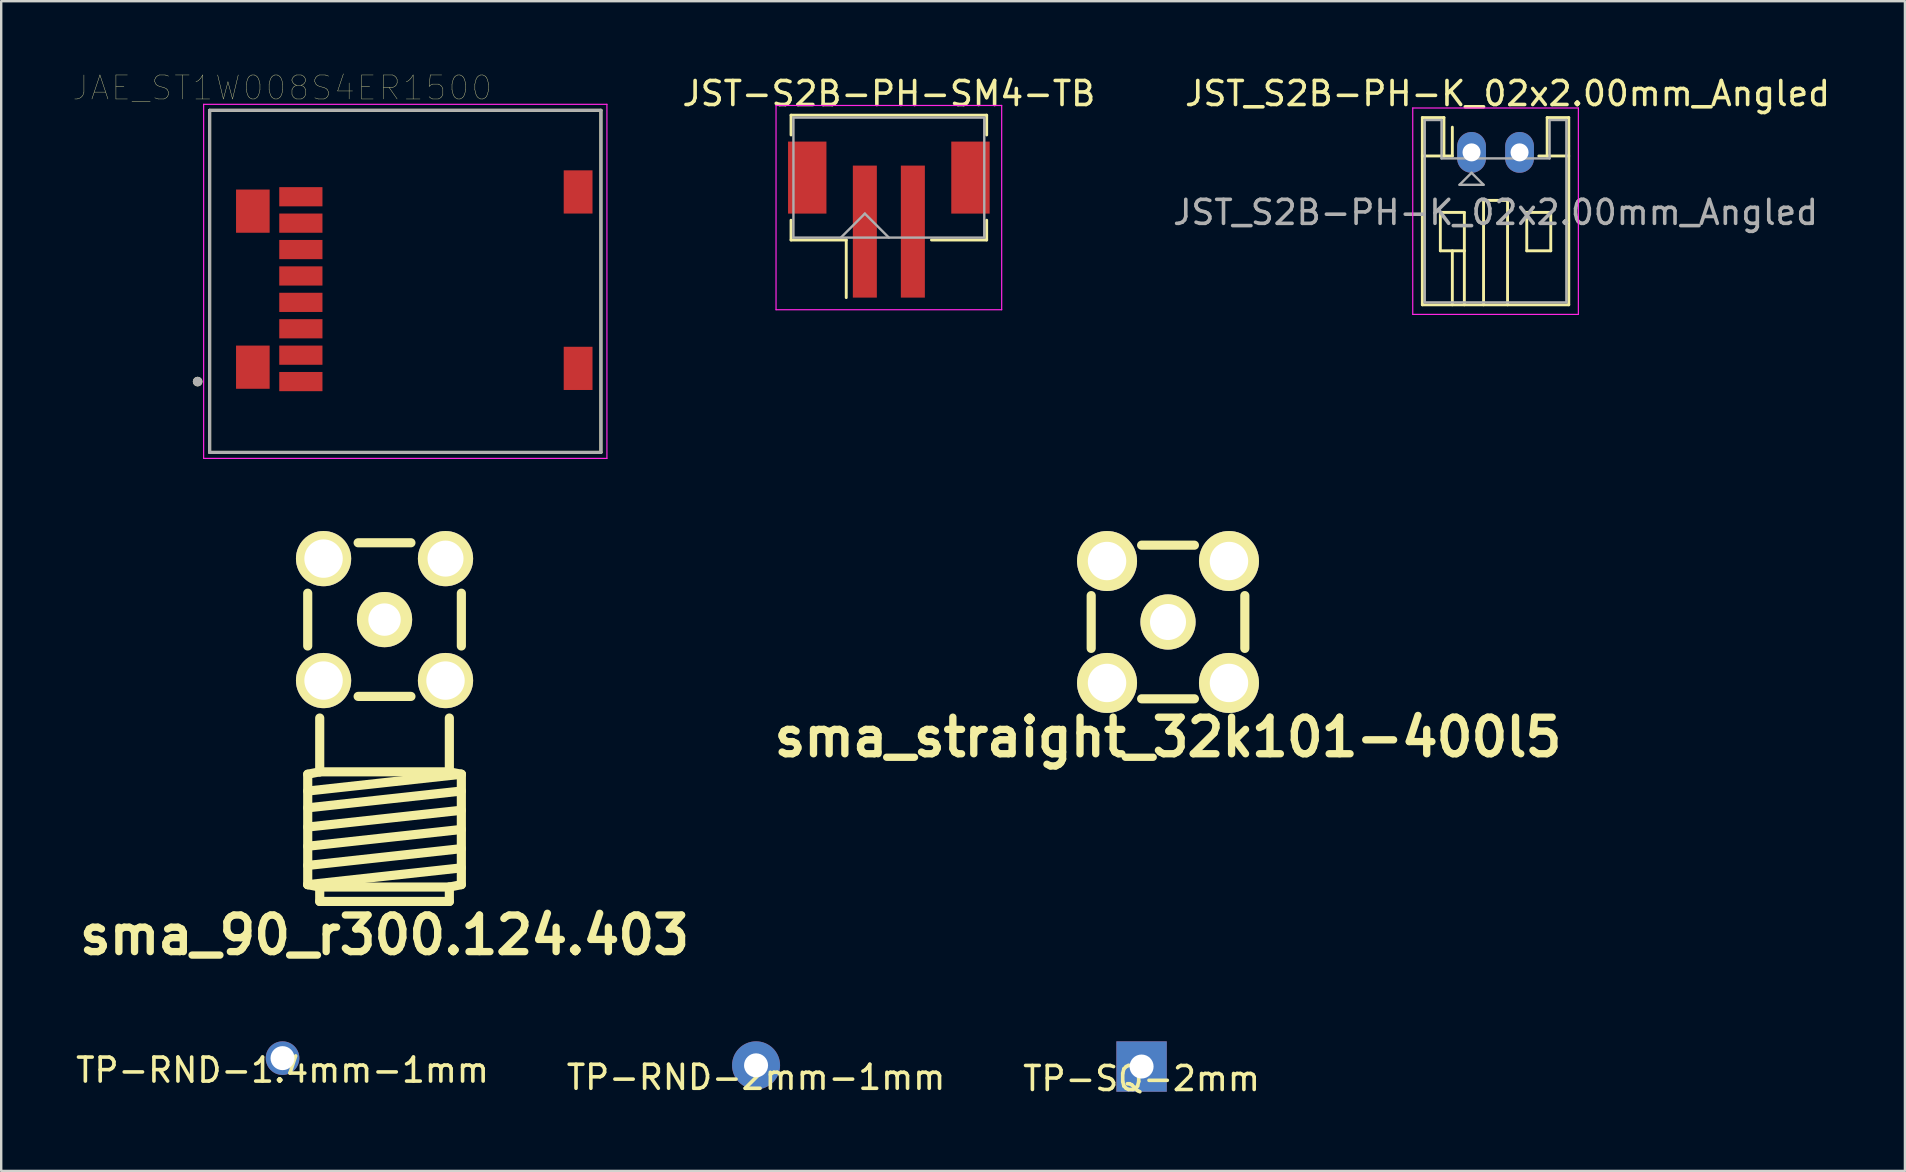
<source format=kicad_pcb>
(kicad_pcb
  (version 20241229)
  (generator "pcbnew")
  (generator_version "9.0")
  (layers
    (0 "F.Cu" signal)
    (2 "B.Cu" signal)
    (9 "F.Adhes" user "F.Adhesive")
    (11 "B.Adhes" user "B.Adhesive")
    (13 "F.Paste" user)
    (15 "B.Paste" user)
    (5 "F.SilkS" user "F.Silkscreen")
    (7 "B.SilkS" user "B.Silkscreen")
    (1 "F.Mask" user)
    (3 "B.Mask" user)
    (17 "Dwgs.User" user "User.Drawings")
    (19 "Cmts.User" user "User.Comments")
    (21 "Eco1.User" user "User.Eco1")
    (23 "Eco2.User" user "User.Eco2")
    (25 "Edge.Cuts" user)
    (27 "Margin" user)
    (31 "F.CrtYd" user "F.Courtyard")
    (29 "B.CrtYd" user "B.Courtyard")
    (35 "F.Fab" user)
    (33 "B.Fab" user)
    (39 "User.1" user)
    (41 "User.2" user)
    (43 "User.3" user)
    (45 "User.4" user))
  (footprint "TP-RND-2mm-1mm"
    (layer "F.Cu")
    (at 28.446 41.33)
    (property "Reference" "TP-RND-2mm-1mm" (at 0 0.5 0) (layer "F.SilkS") (effects (font (size 1 1) (thickness 0.15))))
    (attr through_hole)
    (pad "1" thru_hole circle (at 0 0) (size 2 2) (drill 1) (layers "*.Cu" "*.Mask")))
  (footprint "sma_straight_32k101-400l5"
    (layer "F.Cu")
    (at 45.607 22.861)
    (property "Reference" "sma_straight_32k101-400l5" (at 0 4.8 0) (layer "F.SilkS") (effects (font (size 1.524 1.524) (thickness 0.305))))
    (attr through_hole)
    (fp_line (start -3.2 -1.1) (end -3.2 1.1) (stroke (width 0.381) (type solid)) (layer "F.SilkS"))
    (fp_line (start -1.1 -3.2) (end 1.1 -3.2) (stroke (width 0.381) (type solid)) (layer "F.SilkS"))
    (fp_line (start 1.1 3.2) (end -1.1 3.2) (stroke (width 0.381) (type solid)) (layer "F.SilkS"))
    (fp_line (start 3.2 -1.1) (end 3.2 1.1) (stroke (width 0.381) (type solid)) (layer "F.SilkS"))
    (pad "1" thru_hole circle (at 0 0) (size 2.3 2.3) (drill 1.5) (layers "*.Cu" "*.Mask" "F.SilkS"))
    (pad "2" thru_hole circle (at -2.54 -2.54) (size 2.5 2.5) (drill 1.6) (layers "*.Cu" "*.Mask" "F.SilkS"))
    (pad "2" thru_hole circle (at -2.54 2.54) (size 2.5 2.5) (drill 1.6) (layers "*.Cu" "*.Mask" "F.SilkS"))
    (pad "2" thru_hole circle (at 2.54 -2.54) (size 2.5 2.5) (drill 1.6) (layers "*.Cu" "*.Mask" "F.SilkS"))
    (pad "2" thru_hole circle (at 2.54 2.54) (size 2.5 2.5) (drill 1.6) (layers "*.Cu" "*.Mask" "F.SilkS")))
  (footprint "JST_S2B-PH-K_02x2.00mm_Angled"
    (layer "F.Cu")
    (at 58.252 3.298)
    (property "Reference" "JST_S2B-PH-K_02x2.00mm_Angled" (at 1.5 -2.45 0) (layer "F.SilkS") (effects (font (size 1 1) (thickness 0.15))))
    (attr through_hole)
    (fp_line (start -2.05 -1.45) (end -2.05 6.35) (stroke (width 0.12) (type solid)) (layer "F.SilkS"))
    (fp_line (start -2.05 0.15) (end -1.15 0.15) (stroke (width 0.12) (type solid)) (layer "F.SilkS"))
    (fp_line (start -2.05 6.35) (end 4.05 6.35) (stroke (width 0.12) (type solid)) (layer "F.SilkS"))
    (fp_line (start -1.3 2.5) (end -1.3 4.1) (stroke (width 0.12) (type solid)) (layer "F.SilkS"))
    (fp_line (start -1.3 4.1) (end -0.3 4.1) (stroke (width 0.12) (type solid)) (layer "F.SilkS"))
    (fp_line (start -1.15 -1.45) (end -2.05 -1.45) (stroke (width 0.12) (type solid)) (layer "F.SilkS"))
    (fp_line (start -1.15 0.15) (end -1.15 -1.45) (stroke (width 0.12) (type solid)) (layer "F.SilkS"))
    (fp_line (start -0.8 0.15) (end -1.15 0.15) (stroke (width 0.12) (type solid)) (layer "F.SilkS"))
    (fp_line (start -0.8 0.15) (end -0.8 -1.05) (stroke (width 0.12) (type solid)) (layer "F.SilkS"))
    (fp_line (start -0.8 4.1) (end -0.8 6.35) (stroke (width 0.12) (type solid)) (layer "F.SilkS"))
    (fp_line (start -0.3 2.5) (end -1.3 2.5) (stroke (width 0.12) (type solid)) (layer "F.SilkS"))
    (fp_line (start -0.3 4.1) (end -0.3 2.5) (stroke (width 0.12) (type solid)) (layer "F.SilkS"))
    (fp_line (start -0.3 4.1) (end -0.3 6.35) (stroke (width 0.12) (type solid)) (layer "F.SilkS"))
    (fp_line (start 0.5 2) (end 1.5 2) (stroke (width 0.12) (type solid)) (layer "F.SilkS"))
    (fp_line (start 0.5 6.35) (end 0.5 2) (stroke (width 0.12) (type solid)) (layer "F.SilkS"))
    (fp_line (start 1.5 2) (end 1.5 6.35) (stroke (width 0.12) (type solid)) (layer "F.SilkS"))
    (fp_line (start 2.3 2.5) (end 3.3 2.5) (stroke (width 0.12) (type solid)) (layer "F.SilkS"))
    (fp_line (start 2.3 4.1) (end 2.3 2.5) (stroke (width 0.12) (type solid)) (layer "F.SilkS"))
    (fp_line (start 3.15 -1.45) (end 3.15 0.15) (stroke (width 0.12) (type solid)) (layer "F.SilkS"))
    (fp_line (start 3.15 0.15) (end 2.8 0.15) (stroke (width 0.12) (type solid)) (layer "F.SilkS"))
    (fp_line (start 3.3 2.5) (end 3.3 4.1) (stroke (width 0.12) (type solid)) (layer "F.SilkS"))
    (fp_line (start 3.3 4.1) (end 2.3 4.1) (stroke (width 0.12) (type solid)) (layer "F.SilkS"))
    (fp_line (start 4.05 -1.45) (end 3.15 -1.45) (stroke (width 0.12) (type solid)) (layer "F.SilkS"))
    (fp_line (start 4.05 0.15) (end 3.15 0.15) (stroke (width 0.12) (type solid)) (layer "F.SilkS"))
    (fp_line (start 4.05 6.35) (end 4.05 -1.45) (stroke (width 0.12) (type solid)) (layer "F.SilkS"))
    (fp_line (start -2.45 -1.85) (end -2.45 6.75) (stroke (width 0.05) (type solid)) (layer "F.CrtYd"))
    (fp_line (start -2.45 6.75) (end 4.45 6.75) (stroke (width 0.05) (type solid)) (layer "F.CrtYd"))
    (fp_line (start 4.45 -1.85) (end -2.45 -1.85) (stroke (width 0.05) (type solid)) (layer "F.CrtYd"))
    (fp_line (start 4.45 6.75) (end 4.45 -1.85) (stroke (width 0.05) (type solid)) (layer "F.CrtYd"))
    (fp_line (start -1.95 -1.35) (end -1.95 6.25) (stroke (width 0.1) (type solid)) (layer "F.Fab"))
    (fp_line (start -1.95 6.25) (end 3.95 6.25) (stroke (width 0.1) (type solid)) (layer "F.Fab"))
    (fp_line (start -1.25 -1.35) (end -1.95 -1.35) (stroke (width 0.1) (type solid)) (layer "F.Fab"))
    (fp_line (start -1.25 0.25) (end -1.25 -1.35) (stroke (width 0.1) (type solid)) (layer "F.Fab"))
    (fp_line (start -0.5 1.35) (end 0.5 1.35) (stroke (width 0.1) (type solid)) (layer "F.Fab"))
    (fp_line (start 0 0.85) (end -0.5 1.35) (stroke (width 0.1) (type solid)) (layer "F.Fab"))
    (fp_line (start 0.5 1.35) (end 0 0.85) (stroke (width 0.1) (type solid)) (layer "F.Fab"))
    (fp_line (start 3.25 -1.35) (end 3.25 0.25) (stroke (width 0.1) (type solid)) (layer "F.Fab"))
    (fp_line (start 3.25 0.25) (end -1.25 0.25) (stroke (width 0.1) (type solid)) (layer "F.Fab"))
    (fp_line (start 3.95 -1.35) (end 3.25 -1.35) (stroke (width 0.1) (type solid)) (layer "F.Fab"))
    (fp_line (start 3.95 6.25) (end 3.95 -1.35) (stroke (width 0.1) (type solid)) (layer "F.Fab"))
    (fp_text user "${REFERENCE}" (at 1 2.5 0) (layer "F.Fab") (effects (font (size 1 1) (thickness 0.15))))
    (pad "1" thru_hole oval (at 0 0) (size 1.2 1.7) (drill 0.75) (layers "*.Cu" "*.Mask"))
    (pad "2" thru_hole oval (at 2 0) (size 1.2 1.7) (drill 0.75) (layers "*.Cu" "*.Mask")))
  (footprint "TP-RND-1.4mm-1mm"
    (layer "F.Cu")
    (at 8.72 41.03)
    (property "Reference" "TP-RND-1.4mm-1mm" (at 0 0.5 0) (layer "F.SilkS") (effects (font (size 1 1) (thickness 0.15))))
    (attr through_hole)
    (pad "1" thru_hole circle (at 0 0) (size 1.4 1.4) (drill 1) (layers "*.Cu" "*.Mask")))
  (footprint "JST-S2B-PH-SM4-TB"
    (layer "F.Cu")
    (at 33.978 5.473)
    (property "Reference" "JST-S2B-PH-SM4-TB" (at 0 -4.625 0) (layer "F.SilkS") (effects (font (size 1 1) (thickness 0.15))))
    (attr smd)
    (fp_line (start -4.075 -3.725) (end 4.075 -3.725) (stroke (width 0.12) (type solid)) (layer "F.SilkS"))
    (fp_line (start -4.075 -2.9) (end -4.075 -3.725) (stroke (width 0.12) (type solid)) (layer "F.SilkS"))
    (fp_line (start -4.075 0.65) (end -4.075 1.475) (stroke (width 0.12) (type solid)) (layer "F.SilkS"))
    (fp_line (start -4.075 1.475) (end -1.775 1.475) (stroke (width 0.12) (type solid)) (layer "F.SilkS"))
    (fp_line (start -1.775 1.475) (end -1.775 3.875) (stroke (width 0.12) (type solid)) (layer "F.SilkS"))
    (fp_line (start 4.075 -3.725) (end 4.075 -2.9) (stroke (width 0.12) (type solid)) (layer "F.SilkS"))
    (fp_line (start 4.075 0.65) (end 4.075 1.475) (stroke (width 0.12) (type solid)) (layer "F.SilkS"))
    (fp_line (start 4.075 1.475) (end 1.775 1.475) (stroke (width 0.12) (type solid)) (layer "F.SilkS"))
    (fp_line (start -4.7 -4.13) (end -4.7 4.38) (stroke (width 0.05) (type solid)) (layer "F.CrtYd"))
    (fp_line (start -4.7 4.38) (end 4.7 4.38) (stroke (width 0.05) (type solid)) (layer "F.CrtYd"))
    (fp_line (start 4.7 -4.13) (end -4.7 -4.13) (stroke (width 0.05) (type solid)) (layer "F.CrtYd"))
    (fp_line (start 4.7 4.38) (end 4.7 -4.13) (stroke (width 0.05) (type solid)) (layer "F.CrtYd"))
    (fp_line (start -3.975 -3.625) (end -3.975 1.375) (stroke (width 0.1) (type solid)) (layer "F.Fab"))
    (fp_line (start -3.975 1.375) (end 3.975 1.375) (stroke (width 0.1) (type solid)) (layer "F.Fab"))
    (fp_line (start -2 1.375) (end -1 0.375) (stroke (width 0.1) (type solid)) (layer "F.Fab"))
    (fp_line (start -1 0.375) (end 0 1.375) (stroke (width 0.1) (type solid)) (layer "F.Fab"))
    (fp_line (start 3.975 -3.625) (end -3.975 -3.625) (stroke (width 0.1) (type solid)) (layer "F.Fab"))
    (fp_line (start 3.975 1.375) (end 3.975 -3.625) (stroke (width 0.1) (type solid)) (layer "F.Fab"))
    (pad "" smd rect (at -3.4 -1.125) (size 1.6 3) (layers "F.Cu" "F.Mask" "F.Paste"))
    (pad "" smd rect (at 3.4 -1.125) (size 1.6 3) (layers "F.Cu" "F.Mask" "F.Paste"))
    (pad "1" smd rect (at -1 1.125) (size 1 5.5) (layers "F.Cu" "F.Mask" "F.Paste"))
    (pad "2" smd rect (at 1 1.125) (size 1 5.5) (layers "F.Cu" "F.Mask" "F.Paste")))
  (footprint "sma_90_r300.124.403"
    (layer "F.Cu")
    (at 12.969 22.761)
    (property "Reference" "sma_90_r300.124.403" (at 0 13.142 0) (layer "F.SilkS") (effects (font (size 1.524 1.524) (thickness 0.305))))
    (attr through_hole)
    (fp_line (start -3.2 1.1) (end -3.2 -1.1) (stroke (width 0.381) (type solid)) (layer "F.SilkS"))
    (fp_line (start -3.2 6.442) (end -3.2 11.042) (stroke (width 0.381) (type solid)) (layer "F.SilkS"))
    (fp_line (start -3.2 6.442) (end -2.7 6.342) (stroke (width 0.381) (type solid)) (layer "F.SilkS"))
    (fp_line (start -3.2 7.142) (end 3.2 6.442) (stroke (width 0.381) (type solid)) (layer "F.SilkS"))
    (fp_line (start -3.2 7.842) (end 3.2 7.142) (stroke (width 0.381) (type solid)) (layer "F.SilkS"))
    (fp_line (start -3.2 8.642) (end 3.2 7.942) (stroke (width 0.381) (type solid)) (layer "F.SilkS"))
    (fp_line (start -3.2 9.442) (end 3.2 8.742) (stroke (width 0.381) (type solid)) (layer "F.SilkS"))
    (fp_line (start -3.2 10.242) (end 3.2 9.542) (stroke (width 0.381) (type solid)) (layer "F.SilkS"))
    (fp_line (start -3.2 11.042) (end -2.7 11.142) (stroke (width 0.381) (type solid)) (layer "F.SilkS"))
    (fp_line (start -3.2 11.042) (end 3.2 10.342) (stroke (width 0.381) (type solid)) (layer "F.SilkS"))
    (fp_line (start -2.7 6.342) (end -2.7 4.1) (stroke (width 0.381) (type solid)) (layer "F.SilkS"))
    (fp_line (start -2.7 6.342) (end 2.7 6.342) (stroke (width 0.381) (type solid)) (layer "F.SilkS"))
    (fp_line (start -2.7 11.142) (end 2.7 11.142) (stroke (width 0.381) (type solid)) (layer "F.SilkS"))
    (fp_line (start -2.7 11.742) (end -2.7 11.142) (stroke (width 0.381) (type solid)) (layer "F.SilkS"))
    (fp_line (start -2.7 11.742) (end 2.7 11.742) (stroke (width 0.381) (type solid)) (layer "F.SilkS"))
    (fp_line (start -1.1 -3.2) (end 1.1 -3.2) (stroke (width 0.381) (type solid)) (layer "F.SilkS"))
    (fp_line (start 1.1 3.2) (end -1.1 3.2) (stroke (width 0.381) (type solid)) (layer "F.SilkS"))
    (fp_line (start 2.7 4.1) (end 2.7 6.342) (stroke (width 0.381) (type solid)) (layer "F.SilkS"))
    (fp_line (start 2.7 6.342) (end 3.2 6.442) (stroke (width 0.381) (type solid)) (layer "F.SilkS"))
    (fp_line (start 2.7 11.142) (end 3.2 11.042) (stroke (width 0.381) (type solid)) (layer "F.SilkS"))
    (fp_line (start 2.7 11.742) (end 2.7 11.142) (stroke (width 0.381) (type solid)) (layer "F.SilkS"))
    (fp_line (start 3.2 -1.1) (end 3.2 1.1) (stroke (width 0.381) (type solid)) (layer "F.SilkS"))
    (fp_line (start 3.2 6.442) (end 3.2 11.042) (stroke (width 0.381) (type solid)) (layer "F.SilkS"))
    (pad "1" thru_hole circle (at 0 0) (size 2.3 2.3) (drill 1.35) (layers "*.Cu" "*.Mask" "F.SilkS"))
    (pad "2" thru_hole circle (at -2.54 -2.54) (size 2.3 2.3) (drill 1.6) (layers "*.Cu" "*.Mask" "F.SilkS"))
    (pad "2" thru_hole circle (at -2.54 2.54) (size 2.3 2.3) (drill 1.6) (layers "*.Cu" "*.Mask" "F.SilkS"))
    (pad "2" thru_hole circle (at 2.54 -2.54) (size 2.3 2.3) (drill 1.5) (layers "*.Cu" "*.Mask" "F.SilkS"))
    (pad "2" thru_hole circle (at 2.54 2.54) (size 2.3 2.3) (drill 1.6) (layers "*.Cu" "*.Mask" "F.SilkS")))
  (footprint "JAE_ST1W008S4ER1500"
    (layer "F.Cu")
    (at 13.483 8.996)
    (property "Reference" "JAE_ST1W008S4ER1500" (at -4.775 -8.385 0) (layer "F.SilkS") (effects (font (size 1 1) (thickness 0.015))))
    (attr through_hole)
    (fp_line (start -7.8 -7.45) (end 8.5 -7.45) (stroke (width 0.127) (type solid)) (layer "F.SilkS"))
    (fp_line (start -7.8 6.8) (end -7.8 -7.45) (stroke (width 0.127) (type solid)) (layer "F.SilkS"))
    (fp_line (start 8.5 -7.45) (end 8.5 6.8) (stroke (width 0.127) (type solid)) (layer "F.SilkS"))
    (fp_line (start 8.5 6.8) (end -7.8 6.8) (stroke (width 0.127) (type solid)) (layer "F.SilkS"))
    (fp_circle (center -8.3 3.85) (end -8.2 3.85) (stroke (width 0.2) (type solid)) (fill no) (layer "F.SilkS"))
    (fp_line (start -8.05 -7.7) (end 8.75 -7.7) (stroke (width 0.05) (type solid)) (layer "F.CrtYd"))
    (fp_line (start -8.05 7.05) (end -8.05 -7.7) (stroke (width 0.05) (type solid)) (layer "F.CrtYd"))
    (fp_line (start 8.75 -7.7) (end 8.75 7.05) (stroke (width 0.05) (type solid)) (layer "F.CrtYd"))
    (fp_line (start 8.75 7.05) (end -8.05 7.05) (stroke (width 0.05) (type solid)) (layer "F.CrtYd"))
    (fp_line (start -7.8 -7.45) (end 8.5 -7.45) (stroke (width 0.127) (type solid)) (layer "F.Fab"))
    (fp_line (start -7.8 6.8) (end -7.8 -7.45) (stroke (width 0.127) (type solid)) (layer "F.Fab"))
    (fp_line (start 8.5 -7.45) (end 8.5 6.8) (stroke (width 0.127) (type solid)) (layer "F.Fab"))
    (fp_line (start 8.5 6.8) (end -7.8 6.8) (stroke (width 0.127) (type solid)) (layer "F.Fab"))
    (fp_circle (center -8.3 3.85) (end -8.2 3.85) (stroke (width 0.2) (type solid)) (fill no) (layer "F.Fab"))
    (pad "1" smd rect (at -4 3.85) (size 1.8 0.8) (layers "F.Cu" "F.Mask" "F.Paste"))
    (pad "2" smd rect (at -4 2.75) (size 1.8 0.8) (layers "F.Cu" "F.Mask" "F.Paste"))
    (pad "3" smd rect (at -4 1.65) (size 1.8 0.8) (layers "F.Cu" "F.Mask" "F.Paste"))
    (pad "4" smd rect (at -4 0.55) (size 1.8 0.8) (layers "F.Cu" "F.Mask" "F.Paste"))
    (pad "5" smd rect (at -4 -0.55) (size 1.8 0.8) (layers "F.Cu" "F.Mask" "F.Paste"))
    (pad "6" smd rect (at -4 -1.65) (size 1.8 0.8) (layers "F.Cu" "F.Mask" "F.Paste"))
    (pad "7" smd rect (at -4 -2.75) (size 1.8 0.8) (layers "F.Cu" "F.Mask" "F.Paste"))
    (pad "8" smd rect (at -4 -3.85) (size 1.8 0.8) (layers "F.Cu" "F.Mask" "F.Paste"))
    (pad "9" smd rect (at 7.55 3.3) (size 1.2 1.8) (layers "F.Cu" "F.Mask" "F.Paste"))
    (pad "10" smd rect (at 7.55 -4.05) (size 1.2 1.8) (layers "F.Cu" "F.Mask" "F.Paste"))
    (pad "11" smd rect (at -6 3.25) (size 1.4 1.8) (layers "F.Cu" "F.Mask" "F.Paste"))
    (pad "12" smd rect (at -6 -3.25) (size 1.4 1.8) (layers "F.Cu" "F.Mask" "F.Paste")))
  (footprint "TP-SQ-2mm"
    (layer "F.Cu")
    (at 44.506 41.38)
    (property "Reference" "TP-SQ-2mm" (at 0 0.5 0) (layer "F.SilkS") (effects (font (size 1 1) (thickness 0.15))))
    (attr through_hole)
    (pad "1" thru_hole rect (at 0 0) (size 2.1 2.1) (drill 1) (layers "*.Cu" "*.Mask")))
  (gr_rect
    (start -3 -3)
    (end 76.306 45.728)
    (stroke (width 0.1) (type default))
    (fill no)
    (layer "Edge.Cuts")))
</source>
